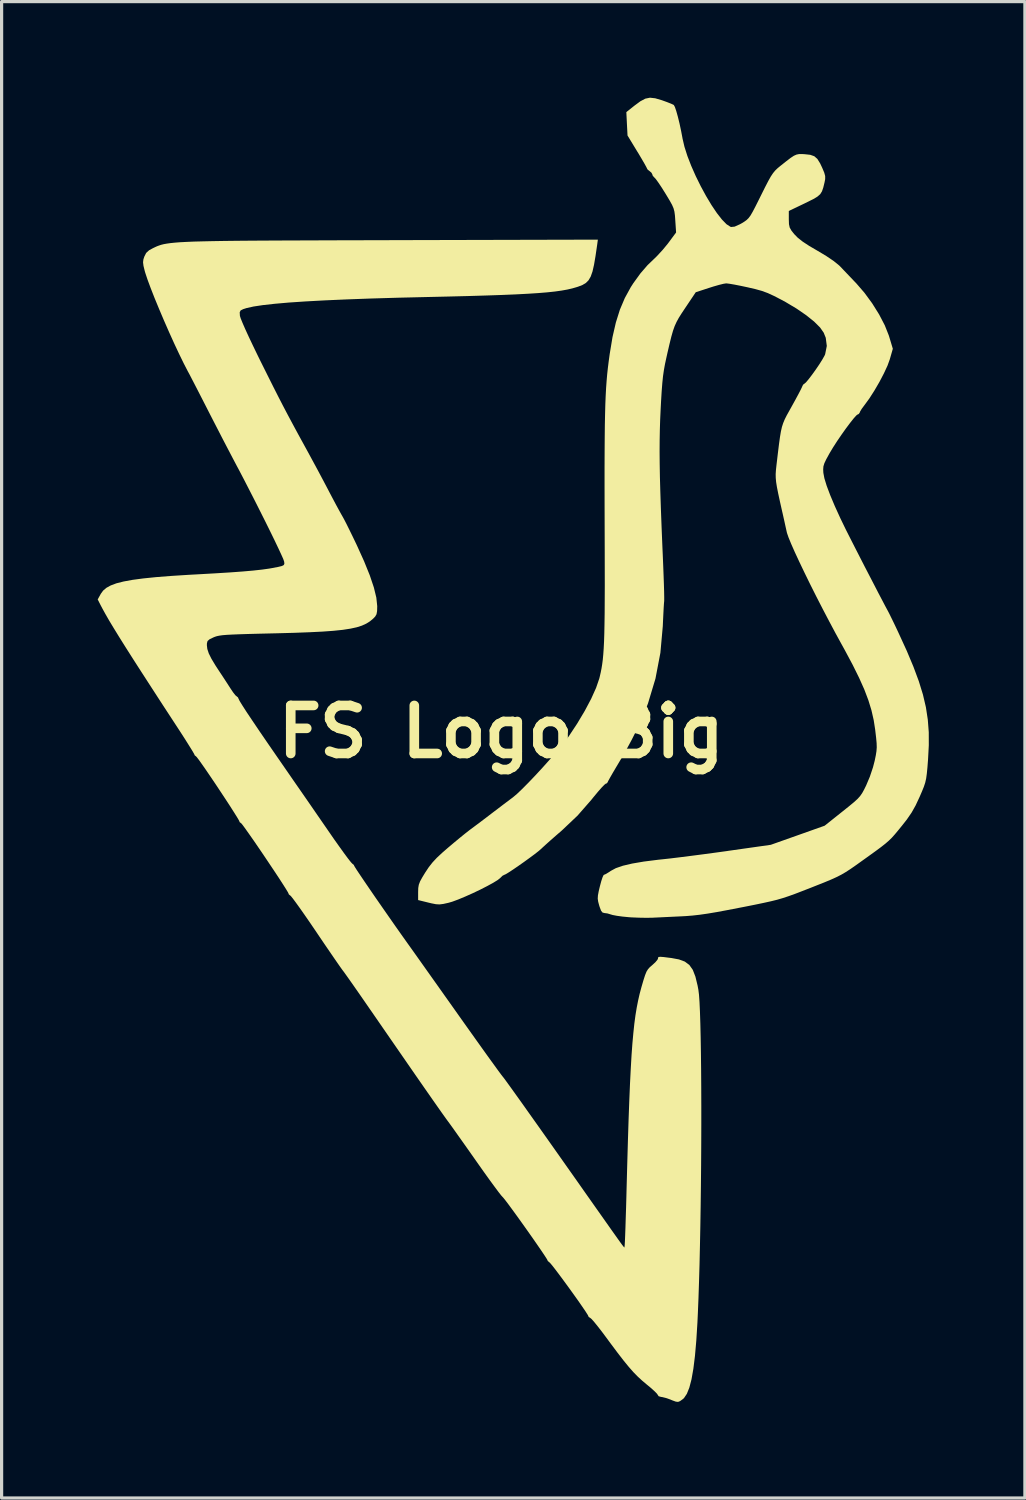
<source format=kicad_pcb>
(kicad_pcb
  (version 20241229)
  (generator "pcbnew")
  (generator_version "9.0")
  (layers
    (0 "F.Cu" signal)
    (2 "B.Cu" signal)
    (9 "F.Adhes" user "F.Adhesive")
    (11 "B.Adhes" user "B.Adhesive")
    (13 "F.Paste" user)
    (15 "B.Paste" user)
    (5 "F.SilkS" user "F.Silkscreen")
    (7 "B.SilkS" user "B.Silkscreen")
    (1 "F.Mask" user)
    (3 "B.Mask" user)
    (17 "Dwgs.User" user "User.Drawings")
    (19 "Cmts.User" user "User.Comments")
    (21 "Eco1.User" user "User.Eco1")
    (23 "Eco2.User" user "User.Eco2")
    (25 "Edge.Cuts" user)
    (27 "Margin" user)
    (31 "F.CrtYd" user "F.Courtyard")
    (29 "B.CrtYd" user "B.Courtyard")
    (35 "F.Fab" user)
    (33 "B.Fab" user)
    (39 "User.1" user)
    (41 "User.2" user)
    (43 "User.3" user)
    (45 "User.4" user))
  (footprint "FS Logo Big"
    (layer "F.Cu")
    (at 12.598 19.794)
    (property "Reference" "FS Logo Big" (at 0 0 0) (layer "F.SilkS") (effects (font (size 1.5 1.5) (thickness 0.3))))
    (attr board_only exclude_from_pos_files exclude_from_bom)
    (fp_poly (pts (xy 2.994 -15.201) (xy 2.943 -14.853) (xy 2.896 -14.578) (xy 2.848 -14.367) (xy 2.792 -14.209) (xy 2.725 -14.094) (xy 2.64 -14.01) (xy 2.534 -13.947) (xy 2.4 -13.895) (xy 2.356 -13.881) (xy 2.218 -13.841) (xy 2.063 -13.805) (xy 1.885 -13.773) (xy 1.679 -13.744) (xy 1.438 -13.718) (xy 1.158 -13.695) (xy 0.832 -13.674) (xy 0.454 -13.654) (xy 0.019 -13.636) (xy -0.478 -13.619) (xy -1.045 -13.602) (xy -1.685 -13.586) (xy -2.297 -13.572) (xy -3.226 -13.55) (xy -4.07 -13.525) (xy -4.832 -13.497) (xy -5.512 -13.467) (xy -6.112 -13.434) (xy -6.633 -13.399) (xy -7.076 -13.36) (xy -7.443 -13.319) (xy -7.734 -13.275) (xy -7.95 -13.227) (xy -8.057 -13.193) (xy -8.136 -13.153) (xy -8.165 -13.096) (xy -8.159 -12.991) (xy -8.158 -12.982) (xy -8.134 -12.905) (xy -8.076 -12.762) (xy -7.99 -12.565) (xy -7.879 -12.323) (xy -7.748 -12.047) (xy -7.603 -11.747) (xy -7.515 -11.568) (xy -7.306 -11.149) (xy -7.126 -10.789) (xy -6.965 -10.471) (xy -6.815 -10.18) (xy -6.667 -9.898) (xy -6.512 -9.608) (xy -6.342 -9.293) (xy -6.147 -8.937) (xy -6.064 -8.786) (xy -5.912 -8.506) (xy -5.74 -8.188) (xy -5.568 -7.865) (xy -5.414 -7.573) (xy -5.381 -7.509) (xy -5.263 -7.285) (xy -5.152 -7.076) (xy -5.056 -6.9) (xy -4.985 -6.772) (xy -4.956 -6.722) (xy -4.909 -6.637) (xy -4.833 -6.49) (xy -4.737 -6.296) (xy -4.626 -6.069) (xy -4.511 -5.829) (xy -4.282 -5.323) (xy -4.104 -4.883) (xy -3.977 -4.505) (xy -3.9 -4.189) (xy -3.873 -3.933) (xy -3.872 -3.921) (xy -3.876 -3.767) (xy -3.894 -3.669) (xy -3.936 -3.596) (xy -4 -3.53) (xy -4.1 -3.447) (xy -4.214 -3.376) (xy -4.349 -3.314) (xy -4.511 -3.262) (xy -4.709 -3.219) (xy -4.948 -3.182) (xy -5.236 -3.152) (xy -5.579 -3.127) (xy -5.985 -3.107) (xy -6.461 -3.089) (xy -7.013 -3.074) (xy -7.149 -3.071) (xy -7.569 -3.061) (xy -7.913 -3.052) (xy -8.19 -3.043) (xy -8.408 -3.034) (xy -8.577 -3.025) (xy -8.706 -3.014) (xy -8.803 -3) (xy -8.878 -2.984) (xy -8.938 -2.965) (xy -8.989 -2.944) (xy -9.108 -2.886) (xy -9.168 -2.834) (xy -9.188 -2.762) (xy -9.19 -2.702) (xy -9.176 -2.584) (xy -9.131 -2.447) (xy -9.048 -2.28) (xy -8.921 -2.069) (xy -8.812 -1.902) (xy -8.692 -1.721) (xy -8.567 -1.529) (xy -8.461 -1.365) (xy -8.452 -1.351) (xy -8.369 -1.228) (xy -8.3 -1.14) (xy -8.26 -1.106) (xy -8.259 -1.106) (xy -8.218 -1.071) (xy -8.201 -1.029) (xy -8.168 -0.962) (xy -8.085 -0.827) (xy -7.954 -0.623) (xy -7.772 -0.351) (xy -7.542 -0.01) (xy -7.261 0.4) (xy -6.931 0.878) (xy -6.691 1.225) (xy -6.481 1.529) (xy -6.238 1.879) (xy -5.981 2.25) (xy -5.726 2.62) (xy -5.489 2.963) (xy -5.387 3.111) (xy -5.21 3.367) (xy -5.045 3.599) (xy -4.901 3.799) (xy -4.783 3.958) (xy -4.699 4.065) (xy -4.656 4.112) (xy -4.654 4.114) (xy -4.601 4.158) (xy -4.595 4.177) (xy -4.571 4.22) (xy -4.505 4.324) (xy -4.4 4.481) (xy -4.265 4.681) (xy -4.103 4.918) (xy -3.922 5.182) (xy -3.726 5.464) (xy -3.522 5.757) (xy -3.316 6.052) (xy -3.113 6.34) (xy -2.919 6.613) (xy -2.829 6.739) (xy -2.754 6.844) (xy -2.636 7.01) (xy -2.48 7.23) (xy -2.293 7.494) (xy -2.08 7.794) (xy -1.847 8.123) (xy -1.6 8.471) (xy -1.345 8.831) (xy -1.298 8.898) (xy -1.05 9.247) (xy -0.815 9.577) (xy -0.598 9.881) (xy -0.404 10.152) (xy -0.237 10.382) (xy -0.104 10.566) (xy -0.008 10.696) (xy 0.046 10.766) (xy 0.053 10.774) (xy 0.089 10.82) (xy 0.17 10.931) (xy 0.292 11.099) (xy 0.451 11.321) (xy 0.643 11.589) (xy 0.863 11.9) (xy 1.109 12.246) (xy 1.376 12.623) (xy 1.66 13.025) (xy 1.957 13.446) (xy 1.963 13.455) (xy 2.312 13.949) (xy 2.614 14.379) (xy 2.874 14.748) (xy 3.094 15.06) (xy 3.279 15.322) (xy 3.43 15.536) (xy 3.552 15.708) (xy 3.647 15.842) (xy 3.719 15.942) (xy 3.771 16.013) (xy 3.807 16.06) (xy 3.829 16.087) (xy 3.84 16.098) (xy 3.845 16.098) (xy 3.846 16.092) (xy 3.846 16.083) (xy 3.848 16.078) (xy 3.853 16.033) (xy 3.86 15.912) (xy 3.868 15.723) (xy 3.877 15.477) (xy 3.886 15.182) (xy 3.897 14.847) (xy 3.907 14.481) (xy 3.911 14.316) (xy 3.933 13.502) (xy 3.954 12.768) (xy 3.975 12.109) (xy 3.997 11.518) (xy 4.019 10.99) (xy 4.043 10.52) (xy 4.067 10.103) (xy 4.094 9.732) (xy 4.124 9.403) (xy 4.155 9.11) (xy 4.19 8.848) (xy 4.229 8.611) (xy 4.272 8.393) (xy 4.318 8.19) (xy 4.37 7.995) (xy 4.373 7.983) (xy 4.438 7.76) (xy 4.489 7.601) (xy 4.533 7.491) (xy 4.581 7.413) (xy 4.638 7.349) (xy 4.711 7.287) (xy 4.812 7.194) (xy 4.878 7.114) (xy 4.893 7.079) (xy 4.896 7.047) (xy 4.917 7.03) (xy 4.97 7.025) (xy 5.072 7.033) (xy 5.236 7.054) (xy 5.312 7.063) (xy 5.548 7.107) (xy 5.731 7.175) (xy 5.872 7.28) (xy 5.979 7.432) (xy 6.061 7.643) (xy 6.129 7.923) (xy 6.154 8.057) (xy 6.173 8.209) (xy 6.189 8.439) (xy 6.203 8.741) (xy 6.215 9.107) (xy 6.225 9.531) (xy 6.233 10.005) (xy 6.239 10.524) (xy 6.243 11.08) (xy 6.245 11.665) (xy 6.245 12.275) (xy 6.243 12.9) (xy 6.239 13.536) (xy 6.233 14.174) (xy 6.225 14.808) (xy 6.215 15.431) (xy 6.203 16.036) (xy 6.19 16.617) (xy 6.174 17.166) (xy 6.157 17.677) (xy 6.138 18.142) (xy 6.124 18.444) (xy 6.089 19.005) (xy 6.047 19.485) (xy 5.997 19.888) (xy 5.939 20.217) (xy 5.871 20.476) (xy 5.794 20.668) (xy 5.706 20.799) (xy 5.661 20.839) (xy 5.581 20.896) (xy 5.52 20.92) (xy 5.45 20.912) (xy 5.342 20.873) (xy 5.276 20.845) (xy 5.141 20.798) (xy 5.024 20.769) (xy 4.989 20.765) (xy 4.913 20.743) (xy 4.891 20.709) (xy 4.859 20.662) (xy 4.773 20.576) (xy 4.649 20.465) (xy 4.545 20.38) (xy 4.398 20.256) (xy 4.261 20.13) (xy 4.124 19.99) (xy 3.98 19.826) (xy 3.818 19.628) (xy 3.631 19.386) (xy 3.408 19.088) (xy 3.288 18.925) (xy 3.139 18.725) (xy 3.004 18.552) (xy 2.893 18.415) (xy 2.813 18.327) (xy 2.776 18.297) (xy 2.727 18.267) (xy 2.723 18.251) (xy 2.699 18.203) (xy 2.632 18.098) (xy 2.531 17.949) (xy 2.405 17.767) (xy 2.261 17.565) (xy 2.109 17.354) (xy 1.957 17.146) (xy 1.814 16.953) (xy 1.688 16.786) (xy 1.588 16.658) (xy 1.522 16.58) (xy 1.502 16.563) (xy 1.451 16.521) (xy 1.447 16.505) (xy 1.423 16.459) (xy 1.356 16.355) (xy 1.255 16.204) (xy 1.127 16.018) (xy 0.98 15.806) (xy 0.821 15.58) (xy 0.658 15.351) (xy 0.499 15.129) (xy 0.352 14.927) (xy 0.224 14.753) (xy 0.123 14.62) (xy 0.057 14.538) (xy 0.037 14.518) (xy -0.005 14.471) (xy -0.089 14.363) (xy -0.208 14.203) (xy -0.357 14) (xy -0.528 13.762) (xy -0.714 13.499) (xy -0.805 13.37) (xy -0.999 13.094) (xy -1.182 12.835) (xy -1.346 12.604) (xy -1.484 12.409) (xy -1.591 12.26) (xy -1.659 12.167) (xy -1.674 12.147) (xy -1.728 12.073) (xy -1.829 11.932) (xy -1.974 11.726) (xy -2.162 11.458) (xy -2.39 11.131) (xy -2.657 10.747) (xy -2.96 10.309) (xy -3.299 9.819) (xy -3.67 9.282) (xy -4.073 8.698) (xy -4.087 8.679) (xy -4.28 8.399) (xy -4.46 8.14) (xy -4.621 7.909) (xy -4.756 7.717) (xy -4.86 7.571) (xy -4.925 7.481) (xy -4.943 7.458) (xy -4.982 7.405) (xy -5.063 7.29) (xy -5.179 7.123) (xy -5.323 6.913) (xy -5.49 6.669) (xy -5.672 6.401) (xy -5.766 6.261) (xy -5.953 5.986) (xy -6.127 5.734) (xy -6.281 5.514) (xy -6.41 5.335) (xy -6.507 5.204) (xy -6.566 5.131) (xy -6.58 5.118) (xy -6.632 5.076) (xy -6.637 5.058) (xy -6.66 5.01) (xy -6.724 4.904) (xy -6.822 4.75) (xy -6.946 4.558) (xy -7.091 4.339) (xy -7.249 4.103) (xy -7.412 3.86) (xy -7.574 3.622) (xy -7.727 3.398) (xy -7.866 3.2) (xy -7.982 3.036) (xy -8.068 2.918) (xy -8.118 2.857) (xy -8.127 2.851) (xy -8.168 2.82) (xy -8.169 2.811) (xy -8.191 2.762) (xy -8.254 2.656) (xy -8.351 2.502) (xy -8.472 2.312) (xy -8.613 2.096) (xy -8.765 1.866) (xy -8.92 1.632) (xy -9.073 1.406) (xy -9.215 1.197) (xy -9.339 1.019) (xy -9.438 0.88) (xy -9.505 0.792) (xy -9.531 0.766) (xy -9.572 0.734) (xy -9.573 0.724) (xy -9.595 0.679) (xy -9.658 0.572) (xy -9.756 0.415) (xy -9.881 0.216) (xy -10.028 -0.012) (xy -10.158 -0.211) (xy -10.556 -0.82) (xy -10.908 -1.363) (xy -11.219 -1.844) (xy -11.491 -2.267) (xy -11.726 -2.637) (xy -11.928 -2.959) (xy -12.098 -3.236) (xy -12.241 -3.473) (xy -12.357 -3.675) (xy -12.451 -3.846) (xy -12.505 -3.948) (xy -12.598 -4.131) (xy -12.5 -4.308) (xy -12.429 -4.406) (xy -12.329 -4.492) (xy -12.193 -4.567) (xy -12.015 -4.634) (xy -11.79 -4.691) (xy -11.512 -4.742) (xy -11.174 -4.787) (xy -10.772 -4.828) (xy -10.299 -4.865) (xy -9.748 -4.9) (xy -9.488 -4.914) (xy -8.942 -4.945) (xy -8.474 -4.974) (xy -8.078 -5.003) (xy -7.747 -5.032) (xy -7.473 -5.062) (xy -7.25 -5.093) (xy -7.148 -5.111) (xy -6.965 -5.146) (xy -6.85 -5.174) (xy -6.791 -5.203) (xy -6.771 -5.243) (xy -6.776 -5.301) (xy -6.781 -5.323) (xy -6.806 -5.394) (xy -6.867 -5.531) (xy -6.957 -5.725) (xy -7.072 -5.966) (xy -7.208 -6.245) (xy -7.36 -6.552) (xy -7.523 -6.877) (xy -7.692 -7.212) (xy -7.863 -7.546) (xy -8.03 -7.871) (xy -8.19 -8.177) (xy -8.254 -8.296) (xy -8.374 -8.524) (xy -8.522 -8.807) (xy -8.689 -9.127) (xy -8.862 -9.463) (xy -9.033 -9.795) (xy -9.137 -9.998) (xy -9.283 -10.284) (xy -9.423 -10.557) (xy -9.549 -10.802) (xy -9.656 -11.009) (xy -9.737 -11.165) (xy -9.785 -11.253) (xy -9.911 -11.497) (xy -10.055 -11.792) (xy -10.21 -12.122) (xy -10.37 -12.476) (xy -10.529 -12.839) (xy -10.682 -13.199) (xy -10.823 -13.541) (xy -10.945 -13.852) (xy -11.044 -14.119) (xy -11.113 -14.327) (xy -11.13 -14.386) (xy -11.169 -14.546) (xy -11.182 -14.655) (xy -11.172 -14.744) (xy -11.143 -14.833) (xy -11.085 -14.948) (xy -10.993 -15.032) (xy -10.873 -15.097) (xy -10.81 -15.127) (xy -10.749 -15.155) (xy -10.685 -15.179) (xy -10.615 -15.202) (xy -10.535 -15.222) (xy -10.44 -15.239) (xy -10.326 -15.255) (xy -10.19 -15.269) (xy -10.026 -15.282) (xy -9.832 -15.292) (xy -9.602 -15.302) (xy -9.334 -15.309) (xy -9.022 -15.316) (xy -8.662 -15.322) (xy -8.252 -15.327) (xy -7.785 -15.331) (xy -7.259 -15.334) (xy -6.669 -15.337) (xy -6.011 -15.339) (xy -5.281 -15.342) (xy -4.475 -15.344) (xy -3.588 -15.346) (xy -3.417 -15.347) (xy 3.016 -15.363)) (stroke (width 0) (type solid)) (fill yes) (layer "F.SilkS"))
    (fp_poly (pts (xy 4.806 -19.776) (xy 5.011 -19.716) (xy 5.017 -19.714) (xy 5.175 -19.657) (xy 5.304 -19.606) (xy 5.381 -19.57) (xy 5.388 -19.564) (xy 5.42 -19.505) (xy 5.463 -19.379) (xy 5.513 -19.201) (xy 5.565 -18.99) (xy 5.614 -18.76) (xy 5.658 -18.529) (xy 5.659 -18.52) (xy 5.719 -18.263) (xy 5.811 -17.974) (xy 5.931 -17.665) (xy 6.072 -17.346) (xy 6.229 -17.028) (xy 6.395 -16.723) (xy 6.564 -16.441) (xy 6.731 -16.193) (xy 6.889 -15.991) (xy 7.032 -15.844) (xy 7.154 -15.765) (xy 7.175 -15.758) (xy 7.286 -15.769) (xy 7.452 -15.844) (xy 7.51 -15.876) (xy 7.594 -15.928) (xy 7.661 -15.977) (xy 7.72 -16.035) (xy 7.78 -16.115) (xy 7.847 -16.23) (xy 7.931 -16.39) (xy 8.041 -16.609) (xy 8.107 -16.742) (xy 8.235 -16.999) (xy 8.335 -17.192) (xy 8.415 -17.335) (xy 8.486 -17.441) (xy 8.554 -17.523) (xy 8.629 -17.595) (xy 8.704 -17.657) (xy 8.893 -17.807) (xy 9.031 -17.913) (xy 9.134 -17.981) (xy 9.217 -18.018) (xy 9.296 -18.034) (xy 9.386 -18.035) (xy 9.475 -18.03) (xy 9.647 -18.011) (xy 9.772 -17.967) (xy 9.868 -17.883) (xy 9.955 -17.743) (xy 10.02 -17.605) (xy 10.083 -17.455) (xy 10.112 -17.349) (xy 10.112 -17.252) (xy 10.092 -17.149) (xy 10.053 -16.989) (xy 10.013 -16.872) (xy 9.958 -16.783) (xy 9.873 -16.708) (xy 9.746 -16.631) (xy 9.561 -16.539) (xy 9.47 -16.494) (xy 8.977 -16.258) (xy 8.977 -15.997) (xy 8.982 -15.846) (xy 9.005 -15.74) (xy 9.06 -15.643) (xy 9.149 -15.532) (xy 9.26 -15.419) (xy 9.409 -15.302) (xy 9.611 -15.169) (xy 9.862 -15.022) (xy 10.148 -14.851) (xy 10.381 -14.693) (xy 10.55 -14.556) (xy 10.59 -14.516) (xy 10.705 -14.395) (xy 10.854 -14.239) (xy 11.012 -14.073) (xy 11.084 -13.998) (xy 11.338 -13.704) (xy 11.58 -13.374) (xy 11.796 -13.028) (xy 11.973 -12.688) (xy 12.097 -12.376) (xy 12.108 -12.342) (xy 12.224 -11.956) (xy 12.129 -11.626) (xy 12.058 -11.43) (xy 11.946 -11.189) (xy 11.807 -10.923) (xy 11.651 -10.655) (xy 11.492 -10.406) (xy 11.34 -10.198) (xy 11.33 -10.185) (xy 11.251 -10.078) (xy 11.2 -9.992) (xy 11.19 -9.962) (xy 11.156 -9.916) (xy 11.136 -9.912) (xy 11.088 -9.878) (xy 11.003 -9.784) (xy 10.892 -9.644) (xy 10.762 -9.471) (xy 10.624 -9.277) (xy 10.486 -9.075) (xy 10.359 -8.878) (xy 10.251 -8.698) (xy 10.241 -8.68) (xy 10.146 -8.507) (xy 10.087 -8.383) (xy 10.057 -8.285) (xy 10.05 -8.189) (xy 10.055 -8.084) (xy 10.087 -7.914) (xy 10.159 -7.679) (xy 10.269 -7.387) (xy 10.412 -7.047) (xy 10.586 -6.665) (xy 10.754 -6.318) (xy 10.837 -6.154) (xy 10.944 -5.943) (xy 11.07 -5.696) (xy 11.209 -5.424) (xy 11.355 -5.139) (xy 11.503 -4.854) (xy 11.646 -4.578) (xy 11.777 -4.324) (xy 11.893 -4.104) (xy 11.985 -3.928) (xy 12.049 -3.809) (xy 12.073 -3.765) (xy 12.108 -3.698) (xy 12.171 -3.57) (xy 12.256 -3.396) (xy 12.353 -3.192) (xy 12.403 -3.085) (xy 12.658 -2.529) (xy 12.867 -2.031) (xy 13.035 -1.579) (xy 13.164 -1.161) (xy 13.257 -0.764) (xy 13.316 -0.376) (xy 13.346 0.015) (xy 13.347 0.421) (xy 13.324 0.855) (xy 13.324 0.859) (xy 13.304 1.117) (xy 13.285 1.31) (xy 13.264 1.461) (xy 13.235 1.589) (xy 13.193 1.716) (xy 13.134 1.862) (xy 13.061 2.031) (xy 12.936 2.299) (xy 12.81 2.523) (xy 12.661 2.74) (xy 12.514 2.927) (xy 12.388 3.082) (xy 12.285 3.205) (xy 12.193 3.308) (xy 12.099 3.4) (xy 11.993 3.492) (xy 11.862 3.595) (xy 11.694 3.72) (xy 11.476 3.877) (xy 11.296 4.006) (xy 11.081 4.16) (xy 10.906 4.282) (xy 10.755 4.38) (xy 10.613 4.463) (xy 10.463 4.539) (xy 10.29 4.617) (xy 10.076 4.706) (xy 9.806 4.813) (xy 9.665 4.869) (xy 9.39 4.976) (xy 9.164 5.063) (xy 8.969 5.133) (xy 8.79 5.192) (xy 8.612 5.244) (xy 8.418 5.292) (xy 8.192 5.342) (xy 7.919 5.399) (xy 7.583 5.466) (xy 7.474 5.487) (xy 7.066 5.566) (xy 6.727 5.629) (xy 6.442 5.677) (xy 6.197 5.712) (xy 5.976 5.737) (xy 5.766 5.754) (xy 5.637 5.761) (xy 5.386 5.773) (xy 5.133 5.785) (xy 4.906 5.796) (xy 4.734 5.804) (xy 4.723 5.805) (xy 4.531 5.808) (xy 4.295 5.804) (xy 4.057 5.794) (xy 3.978 5.788) (xy 3.782 5.769) (xy 3.607 5.745) (xy 3.477 5.72) (xy 3.433 5.707) (xy 3.313 5.671) (xy 3.22 5.659) (xy 3.161 5.643) (xy 3.116 5.586) (xy 3.071 5.467) (xy 3.058 5.425) (xy 3.026 5.306) (xy 3.012 5.21) (xy 3.018 5.109) (xy 3.043 4.975) (xy 3.078 4.829) (xy 3.121 4.667) (xy 3.162 4.543) (xy 3.194 4.475) (xy 3.203 4.467) (xy 3.257 4.445) (xy 3.354 4.387) (xy 3.418 4.344) (xy 3.577 4.258) (xy 3.798 4.182) (xy 4.088 4.114) (xy 4.451 4.052) (xy 4.892 3.996) (xy 5.063 3.978) (xy 5.291 3.953) (xy 5.585 3.917) (xy 5.926 3.874) (xy 6.295 3.826) (xy 6.675 3.775) (xy 7.046 3.724) (xy 7.089 3.717) (xy 8.414 3.529) (xy 9.255 3.231) (xy 10.095 2.933) (xy 10.655 2.487) (xy 10.861 2.322) (xy 11.013 2.196) (xy 11.123 2.096) (xy 11.203 2.007) (xy 11.267 1.915) (xy 11.326 1.808) (xy 11.394 1.67) (xy 11.394 1.669) (xy 11.506 1.404) (xy 11.604 1.112) (xy 11.658 0.904) (xy 11.692 0.739) (xy 11.713 0.608) (xy 11.722 0.488) (xy 11.718 0.354) (xy 11.702 0.183) (xy 11.675 -0.049) (xy 11.675 -0.054) (xy 11.627 -0.363) (xy 11.557 -0.67) (xy 11.461 -0.984) (xy 11.334 -1.319) (xy 11.171 -1.684) (xy 10.969 -2.092) (xy 10.723 -2.553) (xy 10.636 -2.71) (xy 10.439 -3.069) (xy 10.237 -3.448) (xy 10.034 -3.836) (xy 9.834 -4.225) (xy 9.643 -4.606) (xy 9.465 -4.97) (xy 9.304 -5.307) (xy 9.164 -5.608) (xy 9.051 -5.864) (xy 8.968 -6.066) (xy 8.92 -6.205) (xy 8.914 -6.23) (xy 8.877 -6.396) (xy 8.831 -6.606) (xy 8.783 -6.82) (xy 8.771 -6.871) (xy 8.699 -7.191) (xy 8.645 -7.441) (xy 8.606 -7.638) (xy 8.581 -7.795) (xy 8.569 -7.925) (xy 8.567 -8.045) (xy 8.575 -8.168) (xy 8.59 -8.308) (xy 8.596 -8.359) (xy 8.637 -8.707) (xy 8.671 -8.983) (xy 8.701 -9.201) (xy 8.73 -9.374) (xy 8.762 -9.515) (xy 8.801 -9.636) (xy 8.849 -9.752) (xy 8.91 -9.874) (xy 8.989 -10.016) (xy 9.078 -10.176) (xy 9.189 -10.377) (xy 9.284 -10.554) (xy 9.356 -10.692) (xy 9.396 -10.778) (xy 9.403 -10.798) (xy 9.436 -10.849) (xy 9.459 -10.862) (xy 9.513 -10.908) (xy 9.598 -11.009) (xy 9.704 -11.148) (xy 9.819 -11.308) (xy 9.93 -11.471) (xy 10.024 -11.621) (xy 10.091 -11.74) (xy 10.111 -11.785) (xy 10.163 -12.044) (xy 10.13 -12.299) (xy 10.066 -12.458) (xy 9.952 -12.621) (xy 9.766 -12.806) (xy 9.519 -13.004) (xy 9.221 -13.209) (xy 8.88 -13.413) (xy 8.747 -13.485) (xy 8.513 -13.606) (xy 8.32 -13.695) (xy 8.137 -13.762) (xy 7.932 -13.819) (xy 7.686 -13.876) (xy 7.47 -13.922) (xy 7.276 -13.96) (xy 7.124 -13.986) (xy 7.032 -13.997) (xy 7.025 -13.998) (xy 6.94 -13.985) (xy 6.798 -13.95) (xy 6.621 -13.899) (xy 6.495 -13.859) (xy 6.072 -13.721) (xy 5.742 -13.229) (xy 5.63 -13.061) (xy 5.542 -12.921) (xy 5.472 -12.793) (xy 5.413 -12.663) (xy 5.361 -12.516) (xy 5.31 -12.337) (xy 5.254 -12.111) (xy 5.187 -11.823) (xy 5.155 -11.679) (xy 5.112 -11.481) (xy 5.078 -11.294) (xy 5.05 -11.101) (xy 5.028 -10.886) (xy 5.008 -10.63) (xy 4.989 -10.318) (xy 4.976 -10.07) (xy 4.961 -9.748) (xy 4.951 -9.425) (xy 4.945 -9.093) (xy 4.943 -8.742) (xy 4.946 -8.364) (xy 4.953 -7.95) (xy 4.966 -7.489) (xy 4.983 -6.974) (xy 5.005 -6.394) (xy 5.032 -5.741) (xy 5.041 -5.545) (xy 5.055 -5.208) (xy 5.067 -4.895) (xy 5.077 -4.617) (xy 5.084 -4.385) (xy 5.087 -4.21) (xy 5.087 -4.103) (xy 5.086 -4.077) (xy 5.079 -4.002) (xy 5.07 -3.859) (xy 5.06 -3.664) (xy 5.049 -3.436) (xy 5.043 -3.297) (xy 4.968 -2.465) (xy 4.814 -1.659) (xy 4.58 -0.882) (xy 4.401 -0.43) (xy 4.253 -0.108) (xy 4.074 0.248) (xy 3.883 0.602) (xy 3.718 0.885) (xy 3.591 1.098) (xy 3.48 1.286) (xy 3.393 1.438) (xy 3.337 1.54) (xy 3.319 1.581) (xy 3.285 1.616) (xy 3.265 1.619) (xy 3.222 1.652) (xy 3.136 1.74) (xy 3.02 1.872) (xy 2.883 2.037) (xy 2.808 2.13) (xy 2.383 2.616) (xy 1.904 3.07) (xy 1.892 3.081) (xy 1.705 3.243) (xy 1.532 3.395) (xy 1.387 3.525) (xy 1.284 3.619) (xy 1.253 3.649) (xy 1.174 3.718) (xy 1.048 3.817) (xy 0.89 3.934) (xy 0.715 4.061) (xy 0.537 4.186) (xy 0.371 4.3) (xy 0.232 4.391) (xy 0.133 4.45) (xy 0.093 4.467) (xy 0.036 4.497) (xy -0.03 4.563) (xy -0.107 4.626) (xy -0.248 4.713) (xy -0.436 4.816) (xy -0.655 4.928) (xy -0.89 5.04) (xy -1.125 5.145) (xy -1.343 5.236) (xy -1.53 5.305) (xy -1.647 5.339) (xy -1.809 5.375) (xy -1.929 5.39) (xy -2.041 5.383) (xy -2.183 5.355) (xy -2.275 5.333) (xy -2.595 5.254) (xy -2.595 5.002) (xy -2.591 4.877) (xy -2.574 4.775) (xy -2.534 4.67) (xy -2.462 4.539) (xy -2.372 4.392) (xy -2.261 4.225) (xy -2.146 4.079) (xy -2.01 3.933) (xy -1.835 3.77) (xy -1.667 3.624) (xy -1.474 3.461) (xy -1.282 3.302) (xy -1.11 3.163) (xy -0.978 3.06) (xy -0.953 3.042) (xy -0.823 2.945) (xy -0.651 2.816) (xy -0.459 2.671) (xy -0.308 2.555) (xy -0.115 2.409) (xy 0.083 2.258) (xy 0.26 2.125) (xy 0.367 2.045) (xy 0.49 1.941) (xy 0.656 1.783) (xy 0.852 1.585) (xy 1.069 1.358) (xy 1.293 1.115) (xy 1.514 0.868) (xy 1.721 0.631) (xy 1.901 0.414) (xy 2.044 0.232) (xy 2.096 0.159) (xy 2.37 -0.255) (xy 2.609 -0.656) (xy 2.808 -1.032) (xy 2.961 -1.372) (xy 3.061 -1.664) (xy 3.076 -1.725) (xy 3.105 -1.851) (xy 3.13 -1.977) (xy 3.151 -2.109) (xy 3.17 -2.253) (xy 3.185 -2.415) (xy 3.198 -2.601) (xy 3.209 -2.817) (xy 3.217 -3.069) (xy 3.223 -3.364) (xy 3.228 -3.707) (xy 3.23 -4.105) (xy 3.232 -4.564) (xy 3.231 -5.09) (xy 3.23 -5.689) (xy 3.228 -6.339) (xy 3.226 -7.054) (xy 3.225 -7.69) (xy 3.225 -8.255) (xy 3.227 -8.753) (xy 3.23 -9.193) (xy 3.234 -9.58) (xy 3.241 -9.921) (xy 3.249 -10.222) (xy 3.26 -10.49) (xy 3.273 -10.732) (xy 3.289 -10.953) (xy 3.307 -11.161) (xy 3.329 -11.362) (xy 3.354 -11.562) (xy 3.382 -11.768) (xy 3.386 -11.796) (xy 3.473 -12.321) (xy 3.578 -12.777) (xy 3.704 -13.178) (xy 3.857 -13.539) (xy 4.042 -13.877) (xy 4.123 -14.003) (xy 4.346 -14.311) (xy 4.57 -14.57) (xy 4.698 -14.692) (xy 4.861 -14.85) (xy 5.038 -15.042) (xy 5.194 -15.231) (xy 5.219 -15.264) (xy 5.458 -15.587) (xy 5.433 -15.962) (xy 5.422 -16.118) (xy 5.406 -16.237) (xy 5.379 -16.34) (xy 5.332 -16.449) (xy 5.257 -16.584) (xy 5.147 -16.767) (xy 5.12 -16.811) (xy 5.008 -16.99) (xy 4.907 -17.141) (xy 4.828 -17.25) (xy 4.781 -17.302) (xy 4.777 -17.305) (xy 4.727 -17.36) (xy 4.723 -17.384) (xy 4.69 -17.451) (xy 4.638 -17.496) (xy 4.571 -17.549) (xy 4.552 -17.58) (xy 4.531 -17.625) (xy 4.474 -17.729) (xy 4.388 -17.877) (xy 4.282 -18.056) (xy 4.247 -18.112) (xy 3.942 -18.614) (xy 3.923 -18.979) (xy 3.905 -19.344) (xy 4.154 -19.543) (xy 4.342 -19.682) (xy 4.496 -19.764) (xy 4.642 -19.794)) (stroke (width 0) (type solid)) (fill yes) (layer "F.SilkS")))
  (gr_rect
    (start -3 -3)
    (end 28.945 43.714)
    (stroke (width 0.1) (type default))
    (fill no)
    (layer "Edge.Cuts")))
</source>
